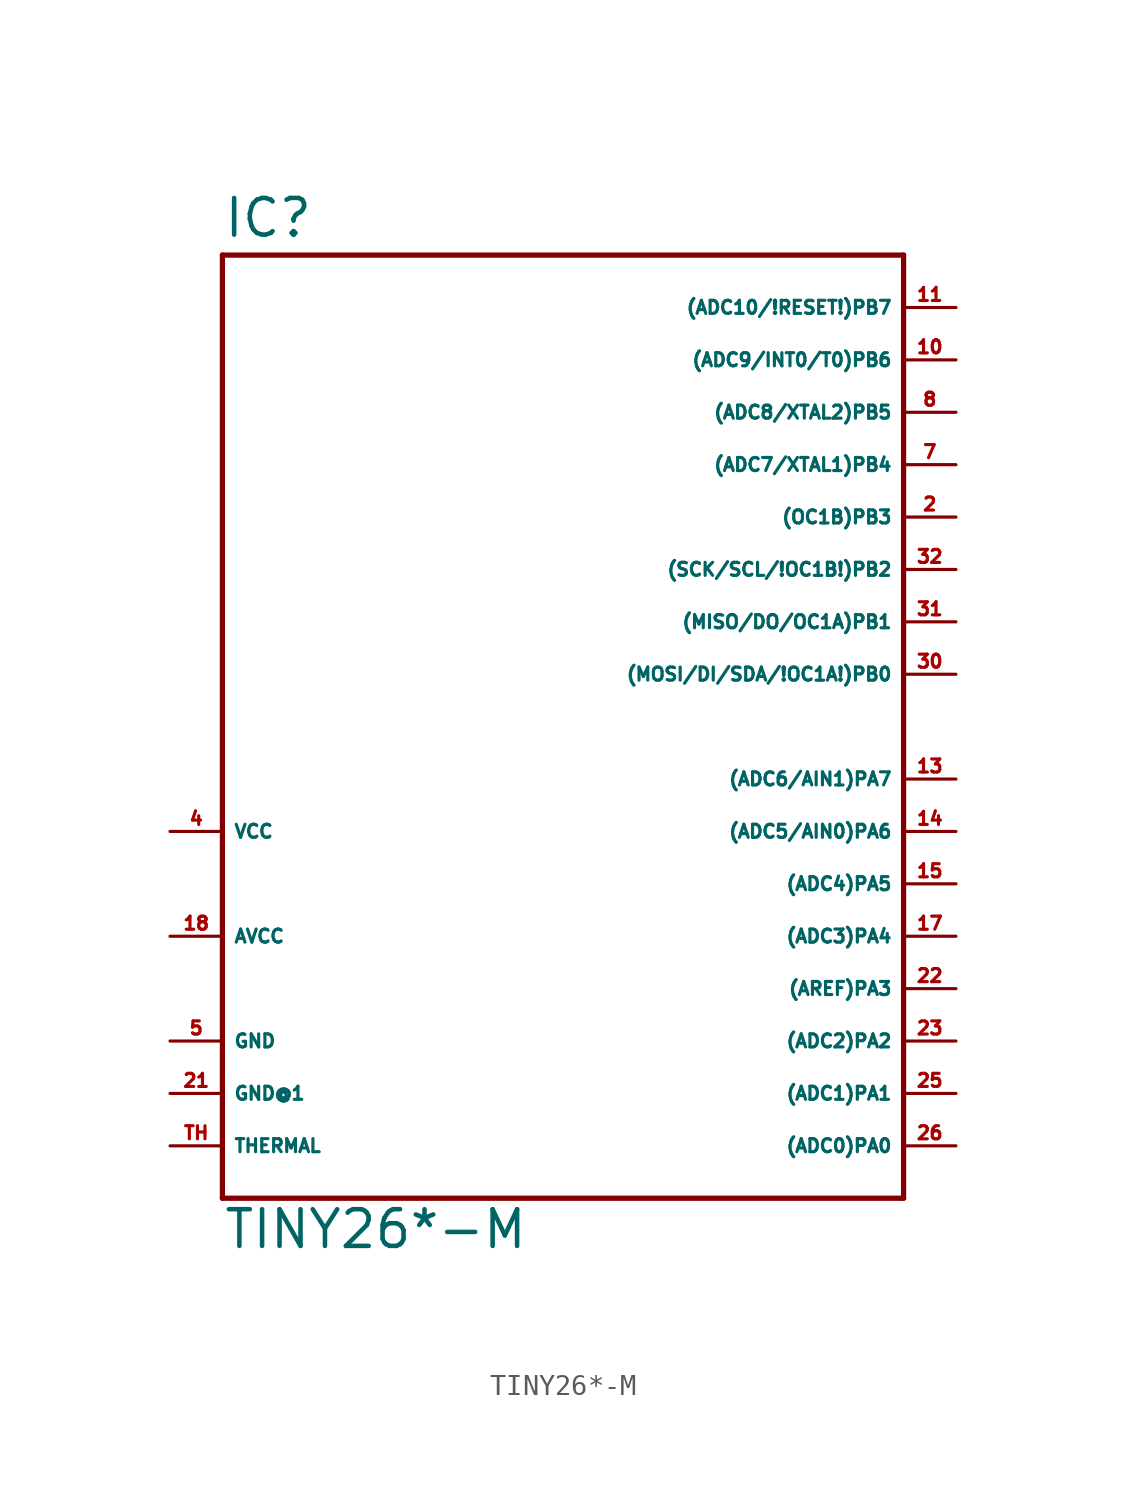
<source format=kicad_sym>
(kicad_symbol_lib
  (version 20220914)
  (generator Eagle2Kicad)
  (symbol "TINY26*-M"
    (property "Reference" "IC"
      (at -17.78 23.622 0)
      (effects (font (size 1.778 1.778) (thickness 0.22)) (justify left bottom)))
    (property "Value" "TINY26*-M"
      (at -17.78 -25.4 0)
      (effects (font (size 1.778 1.778) (thickness 0.22)) (justify left bottom)))
    (polyline
      (pts (xy -17.78 22.86) (xy 15.24 22.86))
      (stroke (width 0.254) (type default))
      (fill (type none)))
    (polyline
      (pts (xy 15.24 22.86) (xy 15.24 -22.86))
      (stroke (width 0.254) (type default))
      (fill (type none)))
    (polyline
      (pts (xy 15.24 -22.86) (xy -17.78 -22.86))
      (stroke (width 0.254) (type default))
      (fill (type none)))
    (polyline
      (pts (xy -17.78 -22.86) (xy -17.78 22.86))
      (stroke (width 0.254) (type default))
      (fill (type none)))
    (pin bidirectional line
      (at 17.78 15.24 180)
      (length 2.54)
      (name "(ADC8/XTAL2)PB5" (effects (font (size 0.635 0.635) (thickness 0.08)) (justify left bottom)))
      (number "8" (effects (font (size 0.635 0.635) (thickness 0.08)) (justify left bottom))))
    (pin bidirectional line
      (at 17.78 12.7 180)
      (length 2.54)
      (name "(ADC7/XTAL1)PB4" (effects (font (size 0.635 0.635) (thickness 0.08)) (justify left bottom)))
      (number "7" (effects (font (size 0.635 0.635) (thickness 0.08)) (justify left bottom))))
    (pin bidirectional line
      (at 17.78 10.16 180)
      (length 2.54)
      (name "(OC1B)PB3" (effects (font (size 0.635 0.635) (thickness 0.08)) (justify left bottom)))
      (number "2" (effects (font (size 0.635 0.635) (thickness 0.08)) (justify left bottom))))
    (pin bidirectional line
      (at 17.78 7.62 180)
      (length 2.54)
      (name "(SCK/SCL/!OC1B!)PB2" (effects (font (size 0.635 0.635) (thickness 0.08)) (justify left bottom)))
      (number "32" (effects (font (size 0.635 0.635) (thickness 0.08)) (justify left bottom))))
    (pin bidirectional line
      (at 17.78 5.08 180)
      (length 2.54)
      (name "(MISO/DO/OC1A)PB1" (effects (font (size 0.635 0.635) (thickness 0.08)) (justify left bottom)))
      (number "31" (effects (font (size 0.635 0.635) (thickness 0.08)) (justify left bottom))))
    (pin bidirectional line
      (at 17.78 2.54 180)
      (length 2.54)
      (name "(MOSI/DI/SDA/!OC1A!)PB0" (effects (font (size 0.635 0.635) (thickness 0.08)) (justify left bottom)))
      (number "30" (effects (font (size 0.635 0.635) (thickness 0.08)) (justify left bottom))))
    (pin bidirectional line
      (at 17.78 -2.54 180)
      (length 2.54)
      (name "(ADC6/AIN1)PA7" (effects (font (size 0.635 0.635) (thickness 0.08)) (justify left bottom)))
      (number "13" (effects (font (size 0.635 0.635) (thickness 0.08)) (justify left bottom))))
    (pin bidirectional line
      (at 17.78 -5.08 180)
      (length 2.54)
      (name "(ADC5/AIN0)PA6" (effects (font (size 0.635 0.635) (thickness 0.08)) (justify left bottom)))
      (number "14" (effects (font (size 0.635 0.635) (thickness 0.08)) (justify left bottom))))
    (pin bidirectional line
      (at 17.78 -7.62 180)
      (length 2.54)
      (name "(ADC4)PA5" (effects (font (size 0.635 0.635) (thickness 0.08)) (justify left bottom)))
      (number "15" (effects (font (size 0.635 0.635) (thickness 0.08)) (justify left bottom))))
    (pin bidirectional line
      (at 17.78 -10.16 180)
      (length 2.54)
      (name "(ADC3)PA4" (effects (font (size 0.635 0.635) (thickness 0.08)) (justify left bottom)))
      (number "17" (effects (font (size 0.635 0.635) (thickness 0.08)) (justify left bottom))))
    (pin bidirectional line
      (at 17.78 -12.7 180)
      (length 2.54)
      (name "(AREF)PA3" (effects (font (size 0.635 0.635) (thickness 0.08)) (justify left bottom)))
      (number "22" (effects (font (size 0.635 0.635) (thickness 0.08)) (justify left bottom))))
    (pin bidirectional line
      (at 17.78 -15.24 180)
      (length 2.54)
      (name "(ADC2)PA2" (effects (font (size 0.635 0.635) (thickness 0.08)) (justify left bottom)))
      (number "23" (effects (font (size 0.635 0.635) (thickness 0.08)) (justify left bottom))))
    (pin bidirectional line
      (at 17.78 -17.78 180)
      (length 2.54)
      (name "(ADC1)PA1" (effects (font (size 0.635 0.635) (thickness 0.08)) (justify left bottom)))
      (number "25" (effects (font (size 0.635 0.635) (thickness 0.08)) (justify left bottom))))
    (pin bidirectional line
      (at 17.78 -20.32 180)
      (length 2.54)
      (name "(ADC0)PA0" (effects (font (size 0.635 0.635) (thickness 0.08)) (justify left bottom)))
      (number "26" (effects (font (size 0.635 0.635) (thickness 0.08)) (justify left bottom))))
    (pin unspecified line
      (at -20.32 -15.24 0)
      (length 2.54)
      (name "GND" (effects (font (size 0.635 0.635) (thickness 0.08)) (justify left bottom)))
      (number "5" (effects (font (size 0.635 0.635) (thickness 0.08)) (justify left bottom))))
    (pin unspecified line
      (at -20.32 -5.08 0)
      (length 2.54)
      (name "VCC" (effects (font (size 0.635 0.635) (thickness 0.08)) (justify left bottom)))
      (number "4" (effects (font (size 0.635 0.635) (thickness 0.08)) (justify left bottom))))
    (pin unspecified line
      (at -20.32 -10.16 0)
      (length 2.54)
      (name "AVCC" (effects (font (size 0.635 0.635) (thickness 0.08)) (justify left bottom)))
      (number "18" (effects (font (size 0.635 0.635) (thickness 0.08)) (justify left bottom))))
    (pin bidirectional line
      (at 17.78 20.32 180)
      (length 2.54)
      (name "(ADC10/!RESET!)PB7" (effects (font (size 0.635 0.635) (thickness 0.08)) (justify left bottom)))
      (number "11" (effects (font (size 0.635 0.635) (thickness 0.08)) (justify left bottom))))
    (pin bidirectional line
      (at 17.78 17.78 180)
      (length 2.54)
      (name "(ADC9/INT0/T0)PB6" (effects (font (size 0.635 0.635) (thickness 0.08)) (justify left bottom)))
      (number "10" (effects (font (size 0.635 0.635) (thickness 0.08)) (justify left bottom))))
    (pin unspecified line
      (at -20.32 -17.78 0)
      (length 2.54)
      (name "GND@1" (effects (font (size 0.635 0.635) (thickness 0.08)) (justify left bottom)))
      (number "21" (effects (font (size 0.635 0.635) (thickness 0.08)) (justify left bottom))))
    (pin input line
      (at -20.32 -20.32 0)
      (length 2.54)
      (name "THERMAL" (effects (font (size 0.635 0.635) (thickness 0.08)) (justify left bottom)))
      (number "TH" (effects (font (size 0.635 0.635) (thickness 0.08)) (justify left bottom))))))
</source>
